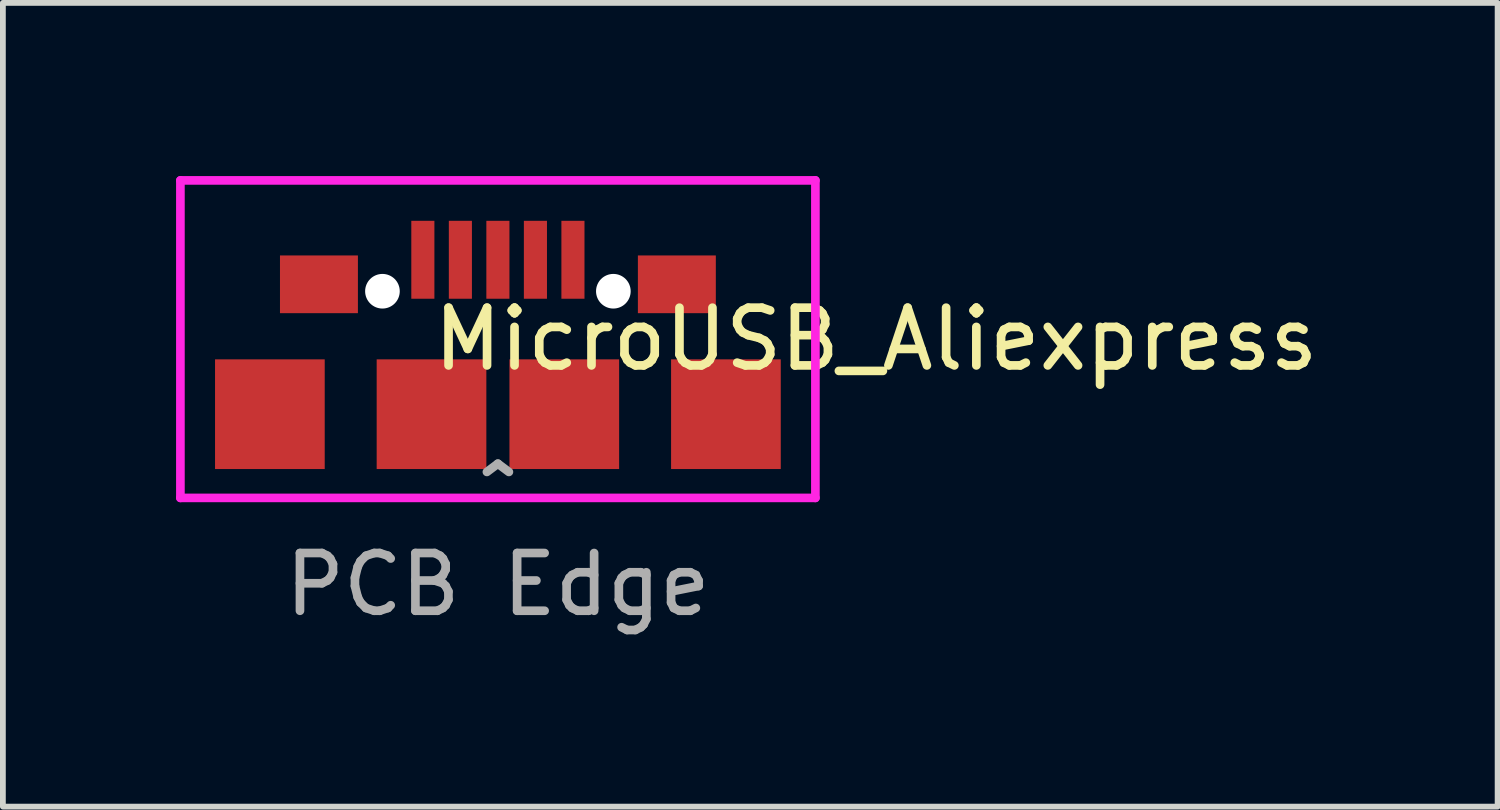
<source format=kicad_pcb>
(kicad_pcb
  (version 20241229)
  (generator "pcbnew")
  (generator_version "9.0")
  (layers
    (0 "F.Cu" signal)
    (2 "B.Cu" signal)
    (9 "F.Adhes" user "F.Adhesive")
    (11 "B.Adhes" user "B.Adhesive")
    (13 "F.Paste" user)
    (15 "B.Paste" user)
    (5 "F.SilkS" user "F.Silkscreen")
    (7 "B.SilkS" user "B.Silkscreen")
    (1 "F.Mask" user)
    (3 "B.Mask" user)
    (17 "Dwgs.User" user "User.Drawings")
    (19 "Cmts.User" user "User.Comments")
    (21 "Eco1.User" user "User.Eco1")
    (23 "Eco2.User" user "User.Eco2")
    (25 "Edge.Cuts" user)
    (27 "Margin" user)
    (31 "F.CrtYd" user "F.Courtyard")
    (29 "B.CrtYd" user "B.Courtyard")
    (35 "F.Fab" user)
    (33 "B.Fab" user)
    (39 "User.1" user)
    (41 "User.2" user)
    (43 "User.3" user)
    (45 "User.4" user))
  (footprint "MicroUSB_Aliexpress"
    (layer "F.Cu")
    (at 5.575 5.575)
    (property "Reference" "MicroUSB_Aliexpress" (at 6.55 -2.75 0) (layer "F.SilkS") (effects (font (size 1 1) (thickness 0.15))))
    (attr through_hole)
    (fp_line (start -5.5 -5.5) (end 5.5 -5.5) (stroke (width 0.15) (type solid)) (layer "F.CrtYd"))
    (fp_line (start -5.5 0) (end -5.5 -5.5) (stroke (width 0.15) (type solid)) (layer "F.CrtYd"))
    (fp_line (start -5.5 0) (end 5.5 0) (stroke (width 0.15) (type solid)) (layer "F.CrtYd"))
    (fp_line (start 5.5 0) (end 5.5 -5.5) (stroke (width 0.15) (type solid)) (layer "F.CrtYd"))
    (fp_text user "^" (at 0 0 180) (layer "F.Fab") (effects (font (size 1 1) (thickness 0.15))))
    (fp_text user "PCB Edge" (at 0 1.5 0) (layer "F.Fab") (effects (font (size 1 1) (thickness 0.15))))
    (pad "" np_thru_hole circle (at -2 -3.58) (size 0.6 0.6) (drill 0.6) (layers "*.Cu" "*.Mask"))
    (pad "" np_thru_hole circle (at 2 -3.58) (size 0.6 0.6) (drill 0.6) (layers "*.Mask" "F.Cu"))
    (pad "1" smd rect (at -1.3 -4.125) (size 0.4 1.35) (layers "F.Cu" "F.Mask" "F.Paste"))
    (pad "2" smd rect (at -0.65 -4.125) (size 0.4 1.35) (layers "F.Cu" "F.Mask" "F.Paste"))
    (pad "3" smd rect (at 0 -4.125) (size 0.4 1.35) (layers "F.Cu" "F.Mask" "F.Paste"))
    (pad "4" smd rect (at 0.65 -4.125) (size 0.4 1.35) (layers "F.Cu" "F.Mask" "F.Paste"))
    (pad "5" smd rect (at 1.3 -4.125) (size 0.4 1.35) (layers "F.Cu" "F.Mask" "F.Paste"))
    (pad "6" smd rect (at -3.95 -1.45) (size 1.9 1.9) (layers "F.Cu" "F.Mask" "F.Paste"))
    (pad "6" smd rect (at -3.1 -3.7) (size 1.35 1) (layers "F.Cu" "F.Mask" "F.Paste"))
    (pad "6" smd rect (at -1.15 -1.45) (size 1.9 1.9) (layers "F.Cu" "F.Mask" "F.Paste"))
    (pad "6" smd rect (at 1.15 -1.45) (size 1.9 1.9) (layers "F.Cu" "F.Mask" "F.Paste"))
    (pad "6" smd rect (at 3.1 -3.7) (size 1.35 1) (layers "F.Cu" "F.Mask" "F.Paste"))
    (pad "6" smd rect (at 3.95 -1.45) (size 1.9 1.9) (layers "F.Cu" "F.Mask" "F.Paste")))
  (gr_rect
    (start -3 -3)
    (end 22.893 10.923)
    (stroke (width 0.1) (type default))
    (fill no)
    (layer "Edge.Cuts")))
</source>
